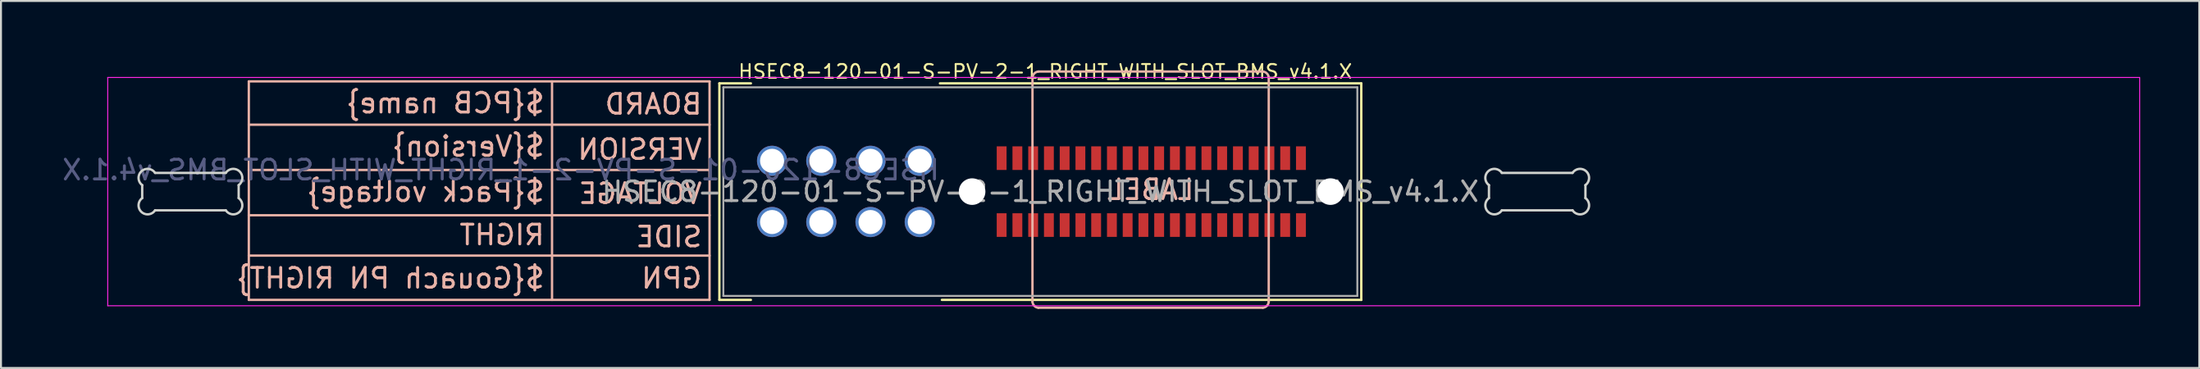
<source format=kicad_pcb>
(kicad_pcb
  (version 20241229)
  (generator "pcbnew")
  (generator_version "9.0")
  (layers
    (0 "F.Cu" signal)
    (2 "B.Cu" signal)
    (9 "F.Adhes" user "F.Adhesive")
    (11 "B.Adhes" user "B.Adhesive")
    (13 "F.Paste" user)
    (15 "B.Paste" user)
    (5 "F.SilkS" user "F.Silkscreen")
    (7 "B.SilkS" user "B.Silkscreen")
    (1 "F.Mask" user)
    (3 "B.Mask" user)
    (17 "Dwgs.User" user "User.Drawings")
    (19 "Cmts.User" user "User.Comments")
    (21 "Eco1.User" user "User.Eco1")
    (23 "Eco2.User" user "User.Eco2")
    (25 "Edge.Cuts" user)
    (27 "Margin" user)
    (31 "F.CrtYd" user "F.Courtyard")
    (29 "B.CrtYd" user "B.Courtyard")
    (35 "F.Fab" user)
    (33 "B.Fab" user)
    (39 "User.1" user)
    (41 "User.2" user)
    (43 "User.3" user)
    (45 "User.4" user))
  (footprint "HSEC8-120-01-S-PV-2-1_RIGHT_WITH_SLOT_BMS_v4.1.X"
    (layer "F.Cu")
    (at 49.787 6.685)
    (property "Reference" "HSEC8-120-01-S-PV-2-1_RIGHT_WITH_SLOT_BMS_v4.1.X" (at 0.25 -6.1 0) (layer "F.SilkS") (effects (font (size 0.7 0.7) (thickness 0.1))))
    (attr smd)
    (fp_line (start -16.3 -5.5) (end -16.3 5.5) (stroke (width 0.12) (type solid)) (layer "F.SilkS"))
    (fp_line (start -16.3 5.5) (end -14.7 5.5) (stroke (width 0.12) (type solid)) (layer "F.SilkS"))
    (fp_line (start -14.7 -5.5) (end -16.3 -5.5) (stroke (width 0.12) (type solid)) (layer "F.SilkS"))
    (fp_line (start -5.1 -5.5) (end 16.3 -5.5) (stroke (width 0.12) (type solid)) (layer "F.SilkS"))
    (fp_line (start 16.3 -5.5) (end 16.3 5.5) (stroke (width 0.12) (type solid)) (layer "F.SilkS"))
    (fp_line (start 16.3 5.5) (end -5 5.5) (stroke (width 0.12) (type solid)) (layer "F.SilkS"))
    (fp_line (start -40.2 -5.6) (end -16.8 -5.6) (stroke (width 0.12) (type solid)) (layer "B.SilkS"))
    (fp_line (start -40.2 -3.4) (end -16.8 -3.4) (stroke (width 0.12) (type solid)) (layer "B.SilkS"))
    (fp_line (start -40.2 -1.1) (end -16.8 -1.1) (stroke (width 0.12) (type solid)) (layer "B.SilkS"))
    (fp_line (start -40.2 1.2) (end -16.8 1.2) (stroke (width 0.12) (type solid)) (layer "B.SilkS"))
    (fp_line (start -40.2 3.25) (end -16.8 3.25) (stroke (width 0.12) (type solid)) (layer "B.SilkS"))
    (fp_line (start -40.2 5.5) (end -40.2 -5.6) (stroke (width 0.12) (type solid)) (layer "B.SilkS"))
    (fp_line (start -40.2 5.5) (end -16.8 5.5) (stroke (width 0.12) (type solid)) (layer "B.SilkS"))
    (fp_line (start -24.8 5.5) (end -24.8 -5.6) (stroke (width 0.12) (type solid)) (layer "B.SilkS"))
    (fp_line (start -16.8 5.5) (end -16.8 -5.6) (stroke (width 0.12) (type solid)) (layer "B.SilkS"))
    (fp_line (start -0.399 -5.8) (end -0.4 5.6) (stroke (width 0.12) (type solid)) (layer "B.SilkS"))
    (fp_line (start -0.099 -6.1) (end 11.3 -6.1) (stroke (width 0.12) (type solid)) (layer "B.SilkS"))
    (fp_line (start 11.3 5.9) (end -0.1 5.9) (stroke (width 0.12) (type solid)) (layer "B.SilkS"))
    (fp_line (start 11.6 5.6) (end 11.601 -5.8) (stroke (width 0.12) (type solid)) (layer "B.SilkS"))
    (fp_arc (start -0.3986 -5.8) (mid -0.303187 -6.004587) (end -0.0986 -6.1) (stroke (width 0.12) (type solid)) (layer "B.SilkS"))
    (fp_arc (start -0.1 5.9) (mid -0.304587 5.804587) (end -0.4 5.6) (stroke (width 0.12) (type solid)) (layer "B.SilkS"))
    (fp_arc (start 11.3 -6.1) (mid 11.50528 -6.004835) (end 11.6014 -5.8) (stroke (width 0.12) (type solid)) (layer "B.SilkS"))
    (fp_arc (start 11.6 5.6) (mid 11.504587 5.804587) (end 11.3 5.9) (stroke (width 0.12) (type solid)) (layer "B.SilkS"))
    (fp_poly (pts (xy -14.62 0.28) (xy -12.63 0.28) (xy -12.63 5.31) (xy -14.62 5.31)) (stroke (width 0.05) (type solid)) (fill yes) (layer "F.Paste"))
    (fp_poly (pts (xy -12.63 -0.28) (xy -14.62 -0.28) (xy -14.62 -5.31) (xy -12.63 -5.31)) (stroke (width 0.05) (type solid)) (fill yes) (layer "F.Paste"))
    (fp_poly (pts (xy -12.12 0.28) (xy -10.13 0.28) (xy -10.13 5.31) (xy -12.12 5.31)) (stroke (width 0.05) (type solid)) (fill yes) (layer "F.Paste"))
    (fp_poly (pts (xy -10.13 -0.28) (xy -12.12 -0.28) (xy -12.12 -5.31) (xy -10.13 -5.31)) (stroke (width 0.05) (type solid)) (fill yes) (layer "F.Paste"))
    (fp_poly (pts (xy -9.62 0.28) (xy -7.63 0.28) (xy -7.63 5.31) (xy -9.62 5.31)) (stroke (width 0.05) (type solid)) (fill yes) (layer "F.Paste"))
    (fp_poly (pts (xy -7.63 -0.28) (xy -9.62 -0.28) (xy -9.62 -5.31) (xy -7.63 -5.31)) (stroke (width 0.05) (type solid)) (fill yes) (layer "F.Paste"))
    (fp_poly (pts (xy -7.12 0.28) (xy -5.13 0.28) (xy -5.13 5.31) (xy -7.12 5.31)) (stroke (width 0.05) (type solid)) (fill yes) (layer "F.Paste"))
    (fp_poly (pts (xy -5.13 -0.28) (xy -7.12 -0.28) (xy -7.12 -5.31) (xy -5.13 -5.31)) (stroke (width 0.05) (type solid)) (fill yes) (layer "F.Paste"))
    (fp_line (start -45.615 -0.33) (end -45.615 0.33) (stroke (width 0.12) (type solid)) (layer "Edge.Cuts"))
    (fp_line (start -41.37 -0.95) (end -44.96 -0.95) (stroke (width 0.12) (type solid)) (layer "Edge.Cuts"))
    (fp_line (start -41.37 0.95) (end -44.96 0.95) (stroke (width 0.12) (type solid)) (layer "Edge.Cuts"))
    (fp_line (start -40.715 -0.33) (end -40.715 0.33) (stroke (width 0.12) (type solid)) (layer "Edge.Cuts"))
    (fp_line (start 22.785 -0.33) (end 22.785 0.33) (stroke (width 0.12) (type solid)) (layer "Edge.Cuts"))
    (fp_line (start 27.03 -0.95) (end 23.44 -0.95) (stroke (width 0.12) (type solid)) (layer "Edge.Cuts"))
    (fp_line (start 27.03 0.95) (end 23.44 0.95) (stroke (width 0.12) (type solid)) (layer "Edge.Cuts"))
    (fp_line (start 27.685 -0.33) (end 27.685 0.33) (stroke (width 0.12) (type solid)) (layer "Edge.Cuts"))
    (fp_arc (start -45.615 -0.330229) (mid -45.656943 -1.030528) (end -44.96 -0.950229) (stroke (width 0.12) (type solid)) (layer "Edge.Cuts"))
    (fp_arc (start -44.96 0.949771) (mid -45.656943 1.03007) (end -45.615 0.329771) (stroke (width 0.12) (type solid)) (layer "Edge.Cuts"))
    (fp_arc (start -41.37 -0.950229) (mid -40.673057 -1.030528) (end -40.715 -0.330229) (stroke (width 0.12) (type solid)) (layer "Edge.Cuts"))
    (fp_arc (start -40.715 0.329771) (mid -40.673057 1.03007) (end -41.37 0.949771) (stroke (width 0.12) (type solid)) (layer "Edge.Cuts"))
    (fp_arc (start 22.785 -0.330229) (mid 22.743057 -1.030528) (end 23.44 -0.950229) (stroke (width 0.12) (type solid)) (layer "Edge.Cuts"))
    (fp_arc (start 23.44 0.949771) (mid 22.743057 1.03007) (end 22.785 0.329771) (stroke (width 0.12) (type solid)) (layer "Edge.Cuts"))
    (fp_arc (start 27.03 -0.950229) (mid 27.726943 -1.030528) (end 27.685 -0.330229) (stroke (width 0.12) (type solid)) (layer "Edge.Cuts"))
    (fp_arc (start 27.685 0.329771) (mid 27.726943 1.03007) (end 27.03 0.949771) (stroke (width 0.12) (type solid)) (layer "Edge.Cuts"))
    (fp_line (start -47.365 -5.8) (end 55.835 -5.8) (stroke (width 0.05) (type solid)) (layer "F.CrtYd"))
    (fp_line (start -47.365 5.8) (end -47.365 -5.8) (stroke (width 0.05) (type solid)) (layer "F.CrtYd"))
    (fp_line (start 55.835 -5.8) (end 55.835 5.8) (stroke (width 0.05) (type solid)) (layer "F.CrtYd"))
    (fp_line (start 55.835 5.8) (end -47.365 5.8) (stroke (width 0.05) (type solid)) (layer "F.CrtYd"))
    (fp_line (start -16.1 -5.3) (end 16.1 -5.3) (stroke (width 0.1) (type solid)) (layer "F.Fab"))
    (fp_line (start -16.1 5.3) (end -16.1 -5.3) (stroke (width 0.1) (type solid)) (layer "F.Fab"))
    (fp_line (start 16.1 -5.3) (end 16.1 5.3) (stroke (width 0.1) (type solid)) (layer "F.Fab"))
    (fp_line (start 16.1 5.3) (end -16.1 5.3) (stroke (width 0.1) (type solid)) (layer "F.Fab"))
    (fp_text user "VERSION" (at -17.1 -2.14 0) (unlocked yes) (layer "B.SilkS") (effects (font (size 1 1) (thickness 0.15)) (justify left mirror)))
    (fp_text user "${PCB name}" (at -25.1 -4.5 0) (unlocked yes) (layer "B.SilkS") (effects (font (size 1 1) (thickness 0.15)) (justify left mirror)))
    (fp_text user "GPN" (at -17.1 4.4 0) (unlocked yes) (layer "B.SilkS") (effects (font (size 1 1) (thickness 0.15)) (justify left mirror)))
    (fp_text user "VOLTAGE" (at -17.1 0.1 0) (unlocked yes) (layer "B.SilkS") (effects (font (size 1 1) (thickness 0.15)) (justify left mirror)))
    (fp_text user "${Pack voltage}" (at -25.1 0 0) (unlocked yes) (layer "B.SilkS") (effects (font (size 1 1) (thickness 0.15)) (justify left mirror)))
    (fp_text user "RIGHT" (at -25.1 2.2 0) (unlocked yes) (layer "B.SilkS") (effects (font (size 1 1) (thickness 0.15)) (justify left mirror)))
    (fp_text user "${Version}" (at -25.1 -2.3 0) (unlocked yes) (layer "B.SilkS") (effects (font (size 1 1) (thickness 0.15)) (justify left mirror)))
    (fp_text user "BOARD" (at -17.1 -4.44 0) (unlocked yes) (layer "B.SilkS") (effects (font (size 1 1) (thickness 0.15)) (justify left mirror)))
    (fp_text user "${Gouach PN RIGHT}" (at -25.1 4.4 0) (unlocked yes) (layer "B.SilkS") (effects (font (size 1 1) (thickness 0.15)) (justify left mirror)))
    (fp_text user "SIDE" (at -17.1 2.3 0) (unlocked yes) (layer "B.SilkS") (effects (font (size 1 1) (thickness 0.15)) (justify left mirror)))
    (fp_text user "LABEL" (at 5.601 -0.1 0) (unlocked yes) (layer "B.SilkS") (effects (font (size 1 1) (thickness 0.15)) (justify mirror)))
    (fp_text user "${REFERENCE}" (at -27.4 -1.1 0) (unlocked yes) (layer "B.Fab") (effects (font (size 1 1) (thickness 0.15)) (justify mirror)))
    (fp_text user "${REFERENCE}" (at 0 0 0) (layer "F.Fab") (effects (font (size 1 1) (thickness 0.15))))
    (pad "" np_thru_hole circle (at -3.465 0) (size 1.35 1.35) (drill 1.35) (layers "*.Cu" "*.Mask"))
    (pad "" np_thru_hole circle (at 14.735 0) (size 1.35 1.35) (drill 1.35) (layers "*.Cu" "*.Mask"))
    (pad "1" smd rect (at 13.235 1.7) (size 0.5 1.2) (layers "F.Cu" "F.Mask" "F.Paste"))
    (pad "2" smd rect (at 13.235 -1.7) (size 0.5 1.2) (layers "F.Cu" "F.Mask" "F.Paste"))
    (pad "3" smd rect (at 12.435 1.7) (size 0.5 1.2) (layers "F.Cu" "F.Mask" "F.Paste"))
    (pad "4" smd rect (at 12.435 -1.7) (size 0.5 1.2) (layers "F.Cu" "F.Mask" "F.Paste"))
    (pad "5" smd rect (at 11.635 1.7) (size 0.5 1.2) (layers "F.Cu" "F.Mask" "F.Paste"))
    (pad "6" smd rect (at 11.635 -1.7) (size 0.5 1.2) (layers "F.Cu" "F.Mask" "F.Paste"))
    (pad "7" smd rect (at 10.835 1.7) (size 0.5 1.2) (layers "F.Cu" "F.Mask" "F.Paste"))
    (pad "8" smd rect (at 10.835 -1.7) (size 0.5 1.2) (layers "F.Cu" "F.Mask" "F.Paste"))
    (pad "9" smd rect (at 10.035 1.7) (size 0.5 1.2) (layers "F.Cu" "F.Mask" "F.Paste"))
    (pad "10" smd rect (at 10.035 -1.7) (size 0.5 1.2) (layers "F.Cu" "F.Mask" "F.Paste"))
    (pad "11" smd rect (at 9.235 1.7) (size 0.5 1.2) (layers "F.Cu" "F.Mask" "F.Paste"))
    (pad "12" smd rect (at 9.235 -1.7) (size 0.5 1.2) (layers "F.Cu" "F.Mask" "F.Paste"))
    (pad "13" smd rect (at 8.435 1.7) (size 0.5 1.2) (layers "F.Cu" "F.Mask" "F.Paste"))
    (pad "14" smd rect (at 8.435 -1.7) (size 0.5 1.2) (layers "F.Cu" "F.Mask" "F.Paste"))
    (pad "15" smd rect (at 7.635 1.7) (size 0.5 1.2) (layers "F.Cu" "F.Mask" "F.Paste"))
    (pad "16" smd rect (at 7.635 -1.7) (size 0.5 1.2) (layers "F.Cu" "F.Mask" "F.Paste"))
    (pad "17" smd rect (at 6.835 1.7) (size 0.5 1.2) (layers "F.Cu" "F.Mask" "F.Paste"))
    (pad "18" smd rect (at 6.835 -1.7) (size 0.5 1.2) (layers "F.Cu" "F.Mask" "F.Paste"))
    (pad "19" smd rect (at 6.035 1.7) (size 0.5 1.2) (layers "F.Cu" "F.Mask" "F.Paste"))
    (pad "20" smd rect (at 6.035 -1.7) (size 0.5 1.2) (layers "F.Cu" "F.Mask" "F.Paste"))
    (pad "21" smd rect (at 5.235 1.7) (size 0.5 1.2) (layers "F.Cu" "F.Mask" "F.Paste"))
    (pad "22" smd rect (at 5.235 -1.7) (size 0.5 1.2) (layers "F.Cu" "F.Mask" "F.Paste"))
    (pad "23" smd rect (at 4.435 1.7) (size 0.5 1.2) (layers "F.Cu" "F.Mask" "F.Paste"))
    (pad "24" smd rect (at 4.435 -1.7) (size 0.5 1.2) (layers "F.Cu" "F.Mask" "F.Paste"))
    (pad "25" smd rect (at 3.635 1.7) (size 0.5 1.2) (layers "F.Cu" "F.Mask" "F.Paste"))
    (pad "26" smd rect (at 3.635 -1.7) (size 0.5 1.2) (layers "F.Cu" "F.Mask" "F.Paste"))
    (pad "27" smd rect (at 2.835 1.7) (size 0.5 1.2) (layers "F.Cu" "F.Mask" "F.Paste"))
    (pad "28" smd rect (at 2.835 -1.7) (size 0.5 1.2) (layers "F.Cu" "F.Mask" "F.Paste"))
    (pad "29" smd rect (at 2.035 1.7) (size 0.5 1.2) (layers "F.Cu" "F.Mask" "F.Paste"))
    (pad "30" smd rect (at 2.035 -1.7) (size 0.5 1.2) (layers "F.Cu" "F.Mask" "F.Paste"))
    (pad "31" smd rect (at 1.235 1.7) (size 0.5 1.2) (layers "F.Cu" "F.Mask" "F.Paste"))
    (pad "32" smd rect (at 1.235 -1.7) (size 0.5 1.2) (layers "F.Cu" "F.Mask" "F.Paste"))
    (pad "33" smd rect (at 0.435 1.7) (size 0.5 1.2) (layers "F.Cu" "F.Mask" "F.Paste"))
    (pad "34" smd rect (at 0.435 -1.7) (size 0.5 1.2) (layers "F.Cu" "F.Mask" "F.Paste"))
    (pad "35" smd rect (at -0.365 1.7) (size 0.5 1.2) (layers "F.Cu" "F.Mask" "F.Paste"))
    (pad "36" smd rect (at -0.365 -1.7) (size 0.5 1.2) (layers "F.Cu" "F.Mask" "F.Paste"))
    (pad "37" smd rect (at -1.165 1.7) (size 0.5 1.2) (layers "F.Cu" "F.Mask" "F.Paste"))
    (pad "38" smd rect (at -1.165 -1.7) (size 0.5 1.2) (layers "F.Cu" "F.Mask" "F.Paste"))
    (pad "39" smd rect (at -1.965 1.7) (size 0.5 1.2) (layers "F.Cu" "F.Mask" "F.Paste"))
    (pad "40" smd rect (at -1.965 -1.7) (size 0.5 1.2) (layers "F.Cu" "F.Mask" "F.Paste"))
    (pad "AP1" thru_hole circle (at -6.125 1.545 180) (size 1.53 1.53) (drill 1.22) (layers "*.Cu" "*.Mask"))
    (pad "AP2" thru_hole circle (at -6.125 -1.565) (size 1.53 1.53) (drill 1.22) (layers "*.Cu" "*.Mask"))
    (pad "BP1" thru_hole circle (at -8.625 1.545 180) (size 1.53 1.53) (drill 1.22) (layers "*.Cu" "*.Mask"))
    (pad "BP2" thru_hole circle (at -8.625 -1.565) (size 1.53 1.53) (drill 1.22) (layers "*.Cu" "*.Mask"))
    (pad "CP1" thru_hole circle (at -11.125 1.545 180) (size 1.53 1.53) (drill 1.22) (layers "*.Cu" "*.Mask"))
    (pad "CP2" thru_hole circle (at -11.125 -1.565) (size 1.53 1.53) (drill 1.22) (layers "*.Cu" "*.Mask"))
    (pad "DP1" thru_hole circle (at -13.625 1.545 180) (size 1.53 1.53) (drill 1.22) (layers "*.Cu" "*.Mask"))
    (pad "DP2" thru_hole circle (at -13.625 -1.565) (size 1.53 1.53) (drill 1.22) (layers "*.Cu" "*.Mask")))
  (gr_rect
    (start -3 -3)
    (end 108.647 15.645)
    (stroke (width 0.1) (type default))
    (fill no)
    (layer "Edge.Cuts")))
</source>
